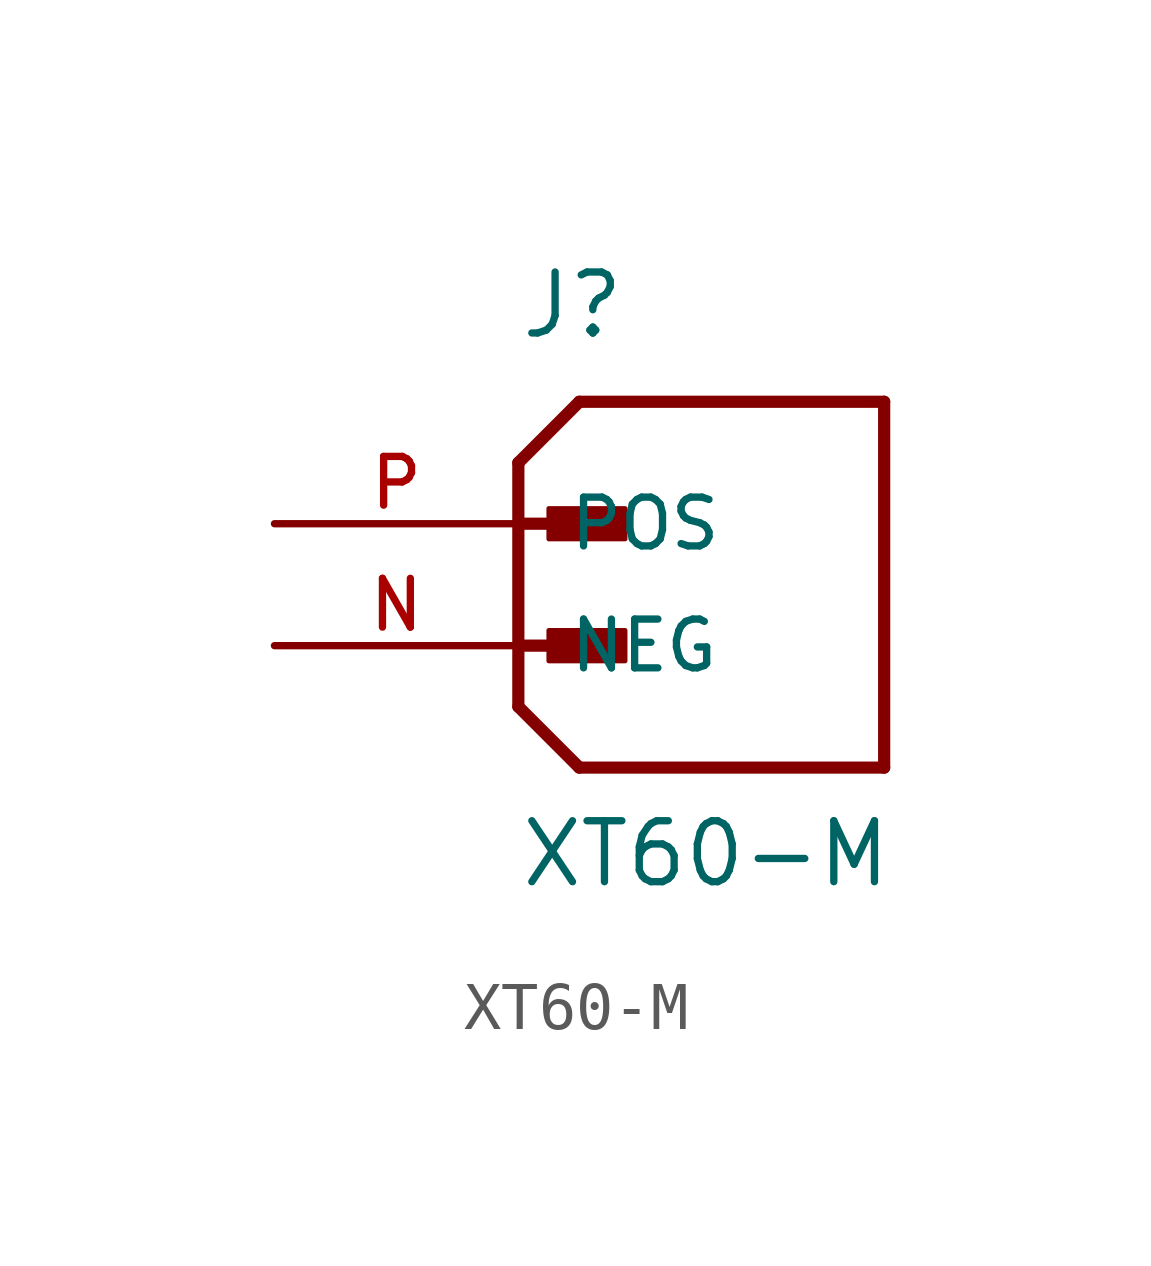
<source format=kicad_sym>
(kicad_symbol_lib
  (version 20231120)
  (generator "kicad_symbol_editor")
  (generator_version "8.0")
  (symbol "XT60-M"
    (pin_names
      (offset 1.016))
    (property "Reference" "J"
      (at 0 6.35 0)
      (effects (font (size 1.27 1.27)) (justify left bottom)))
    (property "Value" "XT60-M"
      (at 0 -5.08 0)
      (effects (font (size 1.27 1.27)) (justify left bottom)))
    (symbol "XT60-M_0_0"
      (polyline (pts (xy 0 -1.27) (xy 1.27 -2.54)) (stroke (width 0.254) (type default)) (fill (type none)))
      (polyline (pts (xy 0 0) (xy 1.905 0)) (stroke (width 0.254) (type default)) (fill (type none)))
      (polyline (pts (xy 0 2.54) (xy 0 -1.27)) (stroke (width 0.254) (type default)) (fill (type none)))
      (polyline (pts (xy 0 2.54) (xy 1.905 2.54)) (stroke (width 0.254) (type default)) (fill (type none)))
      (polyline (pts (xy 0 3.81) (xy 0 2.54)) (stroke (width 0.254) (type default)) (fill (type none)))
      (polyline (pts (xy 0 3.81) (xy 1.27 5.08)) (stroke (width 0.254) (type default)) (fill (type none)))
      (polyline (pts (xy 1.27 -2.54) (xy 7.62 -2.54)) (stroke (width 0.254) (type default)) (fill (type none)))
      (polyline (pts (xy 7.62 -2.54) (xy 7.62 5.08)) (stroke (width 0.254) (type default)) (fill (type none)))
      (polyline (pts (xy 7.62 5.08) (xy 1.27 5.08)) (stroke (width 0.254) (type default)) (fill (type none)))
      (rectangle (start 0.635 -0.318) (end 2.223 0.318) (stroke (width 0.1) (type default)) (fill (type outline)))
      (rectangle (start 0.635 2.223) (end 2.223 2.857) (stroke (width 0.1) (type default)) (fill (type outline)))
      (pin passive line (at -5.08 0 0) (length 5.08) (name "NEG" (effects (font (size 1.016 1.016)))) (number "N" (effects (font (size 1.016 1.016))))))
    (symbol "XT60-M_1_0"
      (pin passive line (at -5.08 2.54 0) (length 5.08) (name "POS" (effects (font (size 1.016 1.016)))) (number "P" (effects (font (size 1.016 1.016))))))))
</source>
